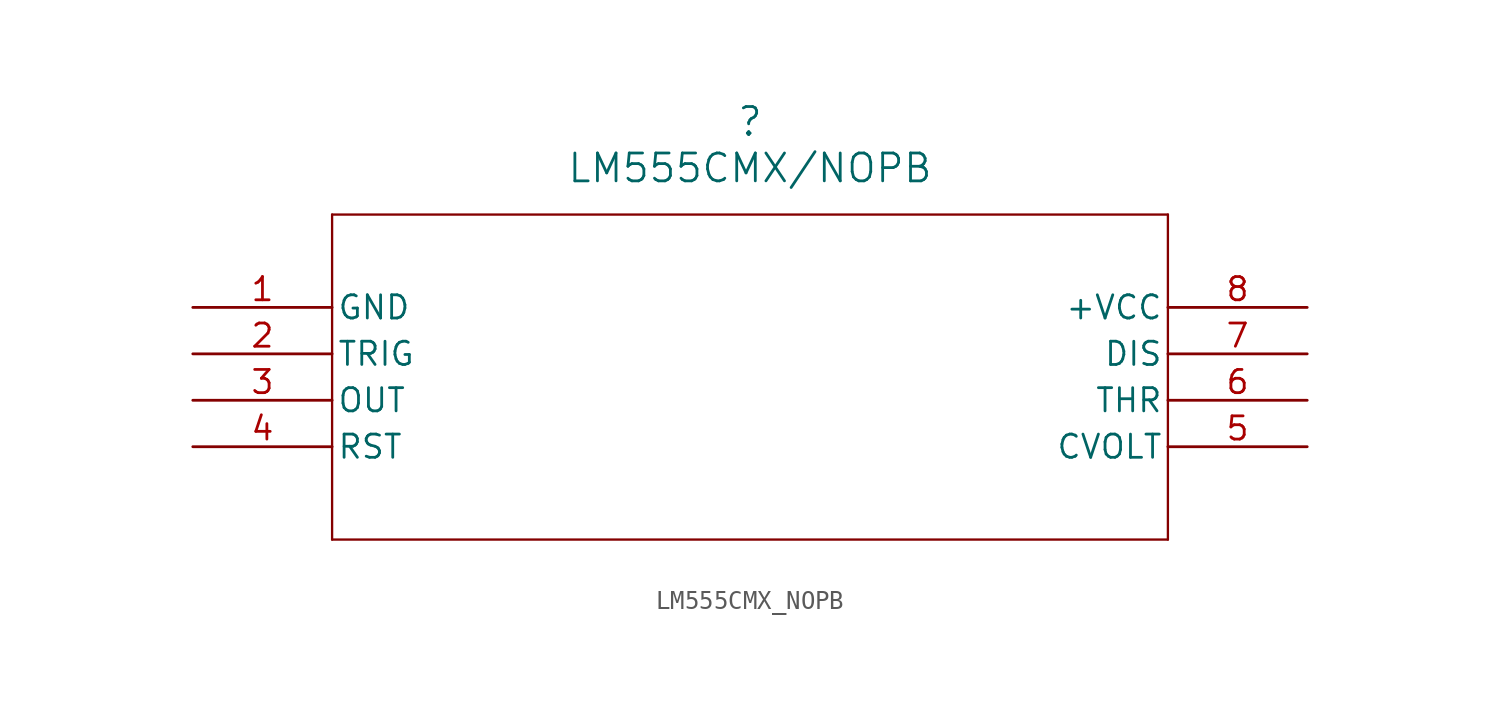
<source format=kicad_sym>
(kicad_symbol_lib
  (version 20211014)
  (generator kicad_symbol_editor)
  (symbol "LM555CMX_NOPB"
    (pin_names
      (offset 0.254))
    (property "Reference" ""
      (at 30.48 10.16 0)
      (effects (font (size 1.524 1.524))))
    (property "Value" "LM555CMX/NOPB"
      (at 30.48 7.62 0)
      (effects (font (size 1.524 1.524))))
    (symbol "LM555CMX_NOPB_0_1"
      (polyline (pts (xy 7.62 5.08) (xy 7.62 -12.7)) (stroke (width 0.127) (type default) (color 0 0 0 0)) (fill (type none)))
      (polyline (pts (xy 7.62 -12.7) (xy 53.34 -12.7)) (stroke (width 0.127) (type default) (color 0 0 0 0)) (fill (type none)))
      (polyline (pts (xy 53.34 -12.7) (xy 53.34 5.08)) (stroke (width 0.127) (type default) (color 0 0 0 0)) (fill (type none)))
      (polyline (pts (xy 53.34 5.08) (xy 7.62 5.08)) (stroke (width 0.127) (type default) (color 0 0 0 0)) (fill (type none)))
      (pin power_in line (at 0 0 0) (length 7.62) (name "GND" (effects (font (size 1.27 1.27)))) (number "1" (effects (font (size 1.27 1.27)))))
      (pin input line (at 0 -2.54 0) (length 7.62) (name "TRIG" (effects (font (size 1.27 1.27)))) (number "2" (effects (font (size 1.27 1.27)))))
      (pin output line (at 0 -5.08 0) (length 7.62) (name "OUT" (effects (font (size 1.27 1.27)))) (number "3" (effects (font (size 1.27 1.27)))))
      (pin input line (at 0 -7.62 0) (length 7.62) (name "RST" (effects (font (size 1.27 1.27)))) (number "4" (effects (font (size 1.27 1.27)))))
      (pin passive line (at 60.96 -7.62 180) (length 7.62) (name "CVOLT" (effects (font (size 1.27 1.27)))) (number "5" (effects (font (size 1.27 1.27)))))
      (pin input line (at 60.96 -5.08 180) (length 7.62) (name "THR" (effects (font (size 1.27 1.27)))) (number "6" (effects (font (size 1.27 1.27)))))
      (pin unspecified line (at 60.96 -2.54 180) (length 7.62) (name "DIS" (effects (font (size 1.27 1.27)))) (number "7" (effects (font (size 1.27 1.27)))))
      (pin power_in line (at 60.96 0 180) (length 7.62) (name "+VCC" (effects (font (size 1.27 1.27)))) (number "8" (effects (font (size 1.27 1.27))))))))
</source>
